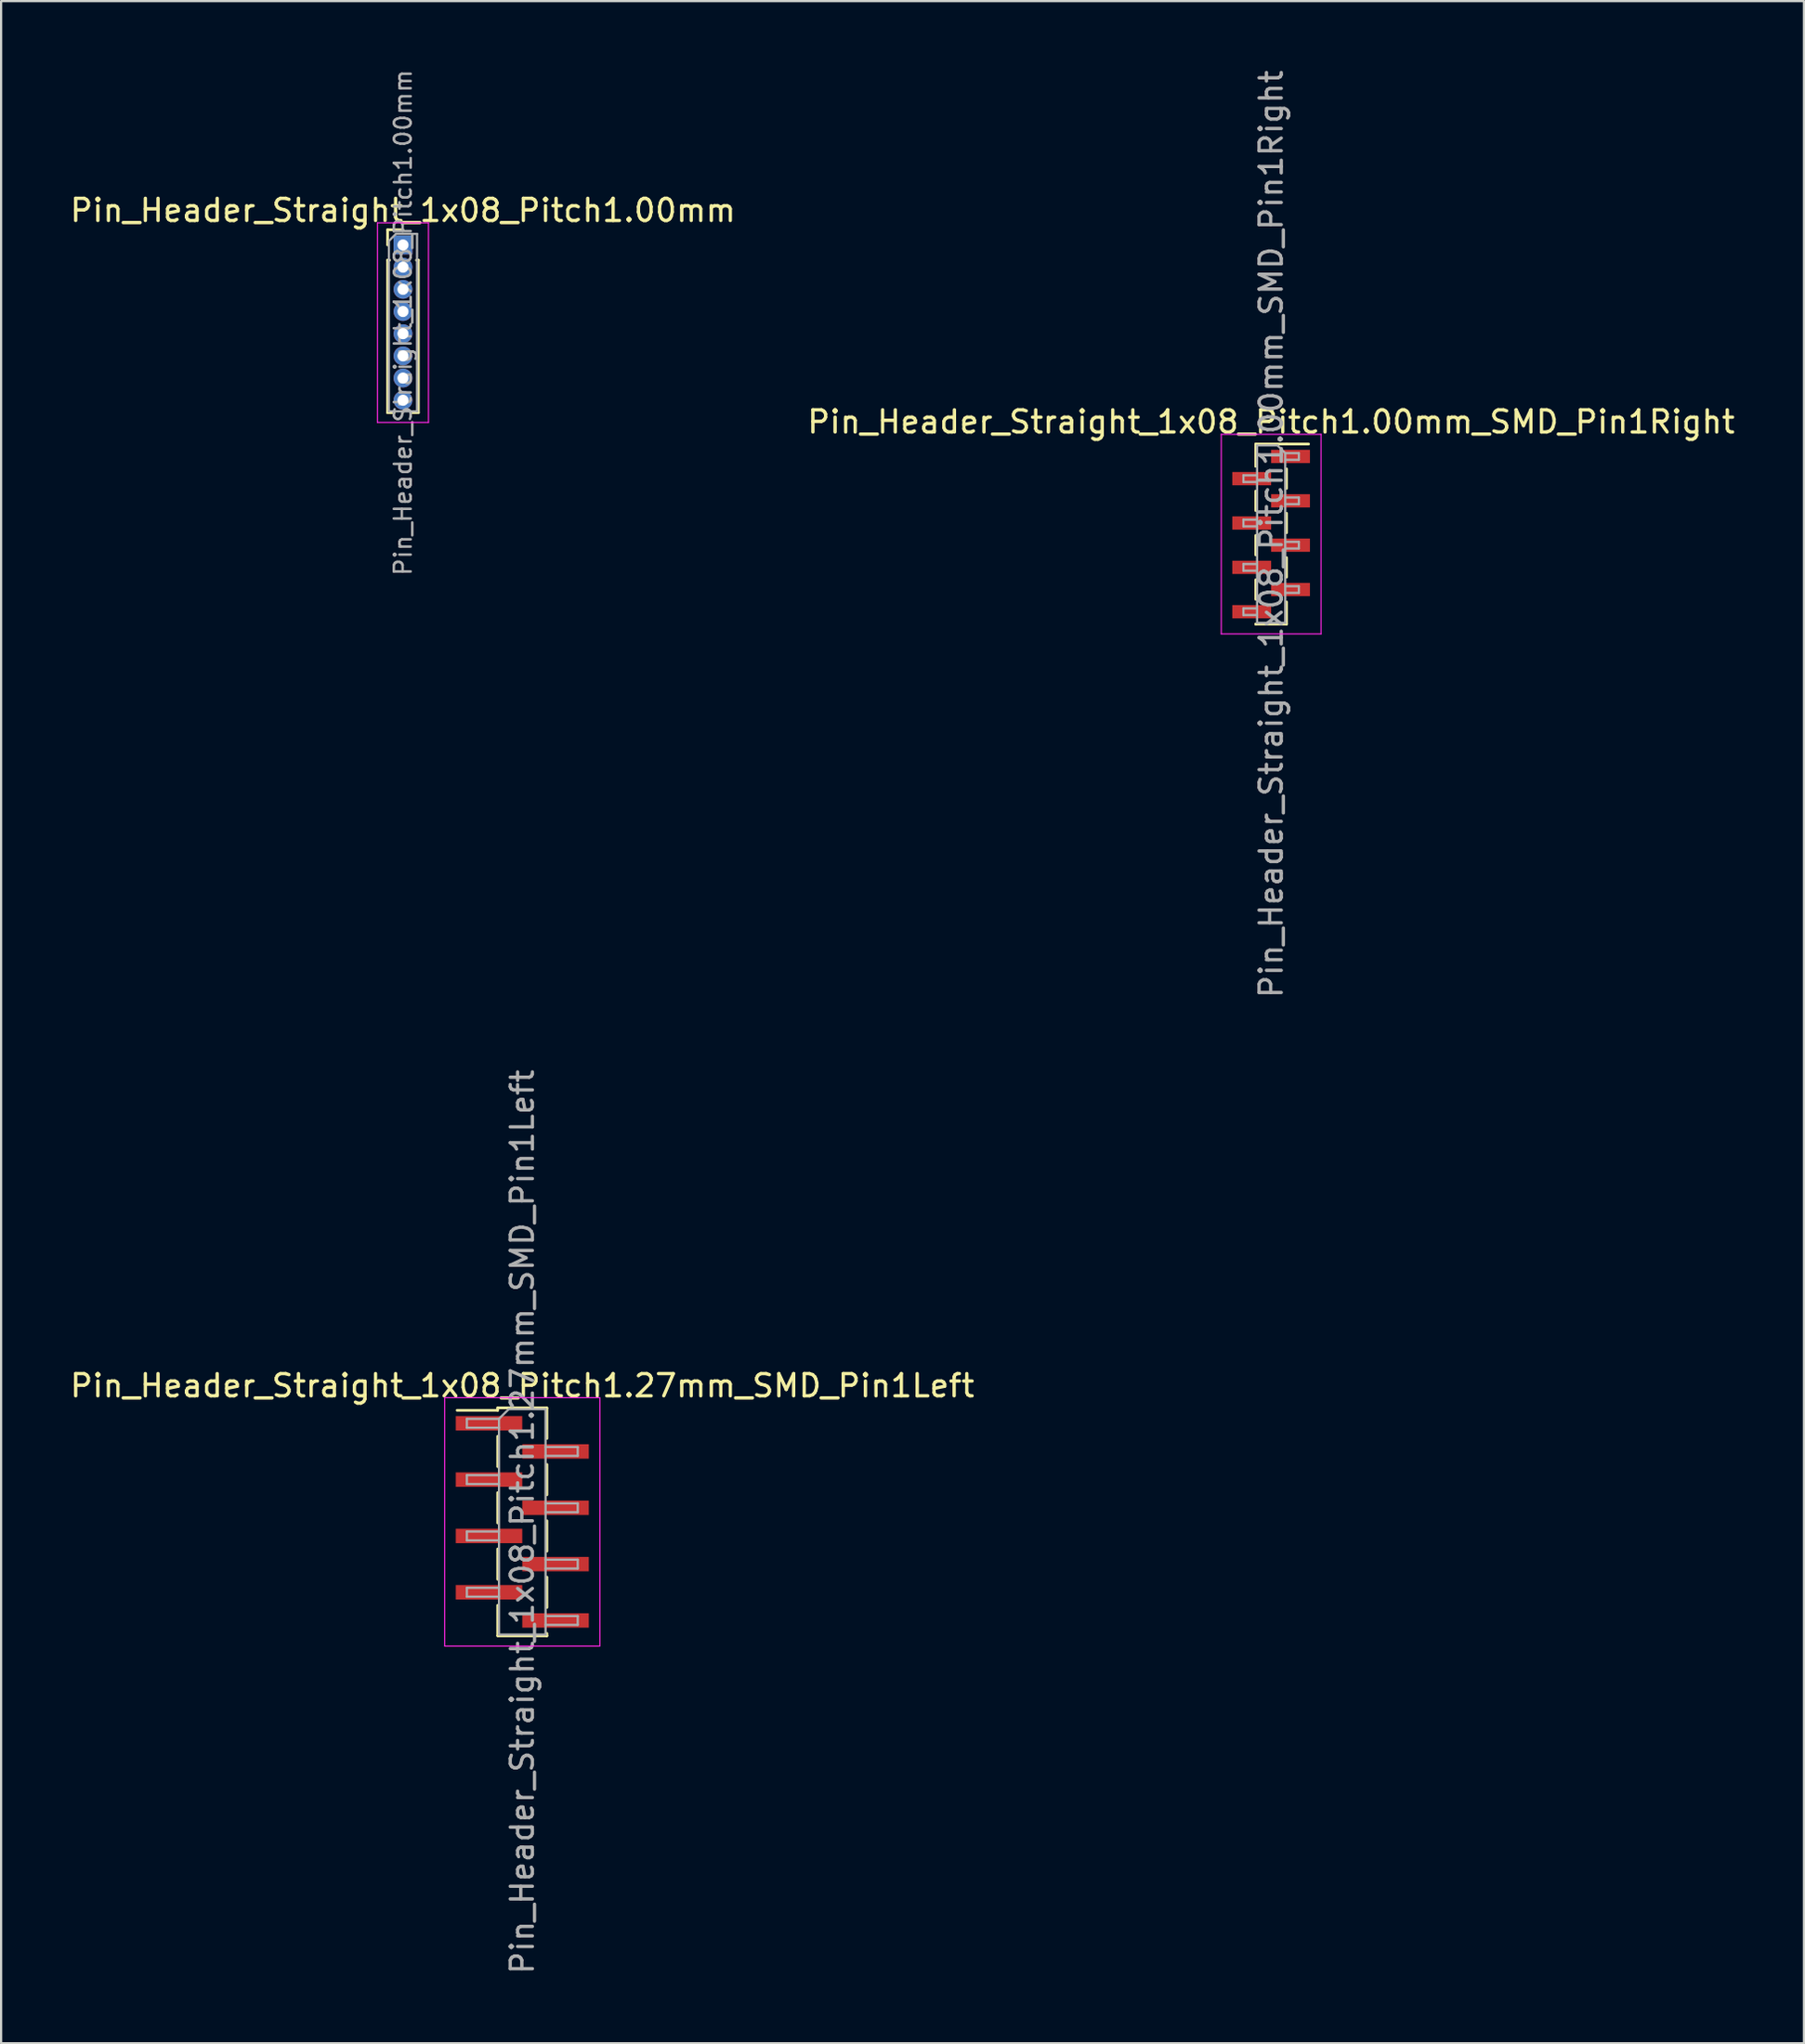
<source format=kicad_pcb>
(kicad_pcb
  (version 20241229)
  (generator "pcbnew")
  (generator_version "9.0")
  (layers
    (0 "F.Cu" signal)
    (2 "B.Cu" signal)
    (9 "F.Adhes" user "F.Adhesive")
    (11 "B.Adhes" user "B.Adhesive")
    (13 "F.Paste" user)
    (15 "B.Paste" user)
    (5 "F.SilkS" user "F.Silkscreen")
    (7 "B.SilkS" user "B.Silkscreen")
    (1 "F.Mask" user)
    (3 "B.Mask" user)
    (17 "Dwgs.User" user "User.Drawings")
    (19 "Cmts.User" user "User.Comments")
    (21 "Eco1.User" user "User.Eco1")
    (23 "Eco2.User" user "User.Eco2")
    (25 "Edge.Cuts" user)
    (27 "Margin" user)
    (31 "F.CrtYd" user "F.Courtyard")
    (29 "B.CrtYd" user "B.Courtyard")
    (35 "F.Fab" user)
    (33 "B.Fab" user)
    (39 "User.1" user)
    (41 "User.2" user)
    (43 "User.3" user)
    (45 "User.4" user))
  (footprint "Pin_Header_Straight_1x08_Pitch1.27mm_SMD_Pin1Left"
    (layer "F.Cu")
    (at 20.506 65.565)
    (property "Reference" "Pin_Header_Straight_1x08_Pitch1.27mm_SMD_Pin1Left" (at 0 -6.14 0) (layer "F.SilkS") (effects (font (size 1 1) (thickness 0.15))))
    (attr smd)
    (fp_line (start -1.11 -5.14) (end -1.11 -5.03) (stroke (width 0.12) (type solid)) (layer "F.SilkS"))
    (fp_line (start -1.11 -5.14) (end 1.11 -5.14) (stroke (width 0.12) (type solid)) (layer "F.SilkS"))
    (fp_line (start -1.11 -5.03) (end -2.94 -5.03) (stroke (width 0.12) (type solid)) (layer "F.SilkS"))
    (fp_line (start -1.11 -3.86) (end -1.11 -2.49) (stroke (width 0.12) (type solid)) (layer "F.SilkS"))
    (fp_line (start -1.11 -1.32) (end -1.11 0.05) (stroke (width 0.12) (type solid)) (layer "F.SilkS"))
    (fp_line (start -1.11 1.22) (end -1.11 2.59) (stroke (width 0.12) (type solid)) (layer "F.SilkS"))
    (fp_line (start -1.11 3.76) (end -1.11 5.13) (stroke (width 0.12) (type solid)) (layer "F.SilkS"))
    (fp_line (start -1.11 5.14) (end 1.11 5.14) (stroke (width 0.12) (type solid)) (layer "F.SilkS"))
    (fp_line (start 1.11 -5.13) (end 1.11 -3.76) (stroke (width 0.12) (type solid)) (layer "F.SilkS"))
    (fp_line (start 1.11 -2.59) (end 1.11 -1.22) (stroke (width 0.12) (type solid)) (layer "F.SilkS"))
    (fp_line (start 1.11 -0.05) (end 1.11 1.32) (stroke (width 0.12) (type solid)) (layer "F.SilkS"))
    (fp_line (start 1.11 2.49) (end 1.11 3.86) (stroke (width 0.12) (type solid)) (layer "F.SilkS"))
    (fp_line (start 1.11 5.03) (end 1.11 5.14) (stroke (width 0.12) (type solid)) (layer "F.SilkS"))
    (fp_line (start -3.5 -5.6) (end -3.5 5.6) (stroke (width 0.05) (type solid)) (layer "F.CrtYd"))
    (fp_line (start -3.5 5.6) (end 3.5 5.6) (stroke (width 0.05) (type solid)) (layer "F.CrtYd"))
    (fp_line (start 3.5 -5.6) (end -3.5 -5.6) (stroke (width 0.05) (type solid)) (layer "F.CrtYd"))
    (fp_line (start 3.5 5.6) (end 3.5 -5.6) (stroke (width 0.05) (type solid)) (layer "F.CrtYd"))
    (fp_line (start -2.5 -4.645) (end -2.5 -4.245) (stroke (width 0.1) (type solid)) (layer "F.Fab"))
    (fp_line (start -2.5 -4.245) (end -1.05 -4.245) (stroke (width 0.1) (type solid)) (layer "F.Fab"))
    (fp_line (start -2.5 -2.105) (end -2.5 -1.705) (stroke (width 0.1) (type solid)) (layer "F.Fab"))
    (fp_line (start -2.5 -1.705) (end -1.05 -1.705) (stroke (width 0.1) (type solid)) (layer "F.Fab"))
    (fp_line (start -2.5 0.435) (end -2.5 0.835) (stroke (width 0.1) (type solid)) (layer "F.Fab"))
    (fp_line (start -2.5 0.835) (end -1.05 0.835) (stroke (width 0.1) (type solid)) (layer "F.Fab"))
    (fp_line (start -2.5 2.975) (end -2.5 3.375) (stroke (width 0.1) (type solid)) (layer "F.Fab"))
    (fp_line (start -2.5 3.375) (end -1.05 3.375) (stroke (width 0.1) (type solid)) (layer "F.Fab"))
    (fp_line (start -1.05 -4.645) (end -2.5 -4.645) (stroke (width 0.1) (type solid)) (layer "F.Fab"))
    (fp_line (start -1.05 -4.645) (end -0.615 -5.08) (stroke (width 0.1) (type solid)) (layer "F.Fab"))
    (fp_line (start -1.05 -2.105) (end -2.5 -2.105) (stroke (width 0.1) (type solid)) (layer "F.Fab"))
    (fp_line (start -1.05 0.435) (end -2.5 0.435) (stroke (width 0.1) (type solid)) (layer "F.Fab"))
    (fp_line (start -1.05 2.975) (end -2.5 2.975) (stroke (width 0.1) (type solid)) (layer "F.Fab"))
    (fp_line (start -1.05 5.08) (end -1.05 -4.645) (stroke (width 0.1) (type solid)) (layer "F.Fab"))
    (fp_line (start -0.615 -5.08) (end 1.05 -5.08) (stroke (width 0.1) (type solid)) (layer "F.Fab"))
    (fp_line (start 1.05 -5.08) (end 1.05 5.08) (stroke (width 0.1) (type solid)) (layer "F.Fab"))
    (fp_line (start 1.05 -3.375) (end 2.5 -3.375) (stroke (width 0.1) (type solid)) (layer "F.Fab"))
    (fp_line (start 1.05 -0.835) (end 2.5 -0.835) (stroke (width 0.1) (type solid)) (layer "F.Fab"))
    (fp_line (start 1.05 1.705) (end 2.5 1.705) (stroke (width 0.1) (type solid)) (layer "F.Fab"))
    (fp_line (start 1.05 4.245) (end 2.5 4.245) (stroke (width 0.1) (type solid)) (layer "F.Fab"))
    (fp_line (start 1.05 5.08) (end -1.05 5.08) (stroke (width 0.1) (type solid)) (layer "F.Fab"))
    (fp_line (start 2.5 -3.375) (end 2.5 -2.975) (stroke (width 0.1) (type solid)) (layer "F.Fab"))
    (fp_line (start 2.5 -2.975) (end 1.05 -2.975) (stroke (width 0.1) (type solid)) (layer "F.Fab"))
    (fp_line (start 2.5 -0.835) (end 2.5 -0.435) (stroke (width 0.1) (type solid)) (layer "F.Fab"))
    (fp_line (start 2.5 -0.435) (end 1.05 -0.435) (stroke (width 0.1) (type solid)) (layer "F.Fab"))
    (fp_line (start 2.5 1.705) (end 2.5 2.105) (stroke (width 0.1) (type solid)) (layer "F.Fab"))
    (fp_line (start 2.5 2.105) (end 1.05 2.105) (stroke (width 0.1) (type solid)) (layer "F.Fab"))
    (fp_line (start 2.5 4.245) (end 2.5 4.645) (stroke (width 0.1) (type solid)) (layer "F.Fab"))
    (fp_line (start 2.5 4.645) (end 1.05 4.645) (stroke (width 0.1) (type solid)) (layer "F.Fab"))
    (fp_text user "${REFERENCE}" (at 0 0 90) (layer "F.Fab") (effects (font (size 1 1) (thickness 0.15))))
    (pad "1" smd rect (at -1.5 -4.445) (size 3 0.65) (layers "F.Cu" "F.Mask" "F.Paste"))
    (pad "2" smd rect (at 1.5 -3.175) (size 3 0.65) (layers "F.Cu" "F.Mask" "F.Paste"))
    (pad "3" smd rect (at -1.5 -1.905) (size 3 0.65) (layers "F.Cu" "F.Mask" "F.Paste"))
    (pad "4" smd rect (at 1.5 -0.635) (size 3 0.65) (layers "F.Cu" "F.Mask" "F.Paste"))
    (pad "5" smd rect (at -1.5 0.635) (size 3 0.65) (layers "F.Cu" "F.Mask" "F.Paste"))
    (pad "6" smd rect (at 1.5 1.905) (size 3 0.65) (layers "F.Cu" "F.Mask" "F.Paste"))
    (pad "7" smd rect (at -1.5 3.175) (size 3 0.65) (layers "F.Cu" "F.Mask" "F.Paste"))
    (pad "8" smd rect (at 1.5 4.445) (size 3 0.65) (layers "F.Cu" "F.Mask" "F.Paste")))
  (footprint "Pin_Header_Straight_1x08_Pitch1.00mm"
    (layer "F.Cu")
    (at 15.125 7.995)
    (property "Reference" "Pin_Header_Straight_1x08_Pitch1.00mm" (at 0 -1.56 0) (layer "F.SilkS") (effects (font (size 1 1) (thickness 0.15))))
    (attr through_hole)
    (fp_line (start -0.695 -0.685) (end 0 -0.685) (stroke (width 0.12) (type solid)) (layer "F.SilkS"))
    (fp_line (start -0.695 0) (end -0.695 -0.685) (stroke (width 0.12) (type solid)) (layer "F.SilkS"))
    (fp_line (start -0.695 0.685) (end -0.695 7.56) (stroke (width 0.12) (type solid)) (layer "F.SilkS"))
    (fp_line (start -0.695 0.685) (end -0.608 0.685) (stroke (width 0.12) (type solid)) (layer "F.SilkS"))
    (fp_line (start -0.695 7.56) (end -0.394 7.56) (stroke (width 0.12) (type solid)) (layer "F.SilkS"))
    (fp_line (start 0.394 7.56) (end 0.695 7.56) (stroke (width 0.12) (type solid)) (layer "F.SilkS"))
    (fp_line (start 0.608 0.685) (end 0.695 0.685) (stroke (width 0.12) (type solid)) (layer "F.SilkS"))
    (fp_line (start 0.695 0.685) (end 0.695 7.56) (stroke (width 0.12) (type solid)) (layer "F.SilkS"))
    (fp_line (start -1.15 -1) (end -1.15 8) (stroke (width 0.05) (type solid)) (layer "F.CrtYd"))
    (fp_line (start -1.15 8) (end 1.15 8) (stroke (width 0.05) (type solid)) (layer "F.CrtYd"))
    (fp_line (start 1.15 -1) (end -1.15 -1) (stroke (width 0.05) (type solid)) (layer "F.CrtYd"))
    (fp_line (start 1.15 8) (end 1.15 -1) (stroke (width 0.05) (type solid)) (layer "F.CrtYd"))
    (fp_line (start -0.635 -0.182) (end -0.318 -0.5) (stroke (width 0.1) (type solid)) (layer "F.Fab"))
    (fp_line (start -0.635 7.5) (end -0.635 -0.182) (stroke (width 0.1) (type solid)) (layer "F.Fab"))
    (fp_line (start -0.318 -0.5) (end 0.635 -0.5) (stroke (width 0.1) (type solid)) (layer "F.Fab"))
    (fp_line (start 0.635 -0.5) (end 0.635 7.5) (stroke (width 0.1) (type solid)) (layer "F.Fab"))
    (fp_line (start 0.635 7.5) (end -0.635 7.5) (stroke (width 0.1) (type solid)) (layer "F.Fab"))
    (fp_text user "${REFERENCE}" (at 0 3.5 90) (layer "F.Fab") (effects (font (size 0.76 0.76) (thickness 0.114))))
    (pad "1" thru_hole rect (at 0 0) (size 0.85 0.85) (drill 0.5) (layers "*.Cu" "*.Mask"))
    (pad "2" thru_hole oval (at 0 1) (size 0.85 0.85) (drill 0.5) (layers "*.Cu" "*.Mask"))
    (pad "3" thru_hole oval (at 0 2) (size 0.85 0.85) (drill 0.5) (layers "*.Cu" "*.Mask"))
    (pad "4" thru_hole oval (at 0 3) (size 0.85 0.85) (drill 0.5) (layers "*.Cu" "*.Mask"))
    (pad "5" thru_hole oval (at 0 4) (size 0.85 0.85) (drill 0.5) (layers "*.Cu" "*.Mask"))
    (pad "6" thru_hole oval (at 0 5) (size 0.85 0.85) (drill 0.5) (layers "*.Cu" "*.Mask"))
    (pad "7" thru_hole oval (at 0 6) (size 0.85 0.85) (drill 0.5) (layers "*.Cu" "*.Mask"))
    (pad "8" thru_hole oval (at 0 7) (size 0.85 0.85) (drill 0.5) (layers "*.Cu" "*.Mask")))
  (footprint "Pin_Header_Straight_1x08_Pitch1.00mm_SMD_Pin1Right"
    (layer "F.Cu")
    (at 54.28 21.03)
    (property "Reference" "Pin_Header_Straight_1x08_Pitch1.00mm_SMD_Pin1Right" (at 0 -5.06 0) (layer "F.SilkS") (effects (font (size 1 1) (thickness 0.15))))
    (attr smd)
    (fp_line (start -0.695 -4.06) (end -0.695 -3.06) (stroke (width 0.12) (type solid)) (layer "F.SilkS"))
    (fp_line (start -0.695 -4.06) (end 0.695 -4.06) (stroke (width 0.12) (type solid)) (layer "F.SilkS"))
    (fp_line (start -0.695 -3.94) (end -0.695 -3.06) (stroke (width 0.12) (type solid)) (layer "F.SilkS"))
    (fp_line (start -0.695 -1.94) (end -0.695 -1.06) (stroke (width 0.12) (type solid)) (layer "F.SilkS"))
    (fp_line (start -0.695 0.06) (end -0.695 0.94) (stroke (width 0.12) (type solid)) (layer "F.SilkS"))
    (fp_line (start -0.695 2.06) (end -0.695 2.94) (stroke (width 0.12) (type solid)) (layer "F.SilkS"))
    (fp_line (start -0.695 4.06) (end -0.695 4.06) (stroke (width 0.12) (type solid)) (layer "F.SilkS"))
    (fp_line (start -0.695 4.06) (end 0.695 4.06) (stroke (width 0.12) (type solid)) (layer "F.SilkS"))
    (fp_line (start 0.695 -4.06) (end 0.695 -4.06) (stroke (width 0.12) (type solid)) (layer "F.SilkS"))
    (fp_line (start 0.695 -4.06) (end 1.69 -4.06) (stroke (width 0.12) (type solid)) (layer "F.SilkS"))
    (fp_line (start 0.695 -2.94) (end 0.695 -2.06) (stroke (width 0.12) (type solid)) (layer "F.SilkS"))
    (fp_line (start 0.695 -0.94) (end 0.695 -0.06) (stroke (width 0.12) (type solid)) (layer "F.SilkS"))
    (fp_line (start 0.695 1.06) (end 0.695 1.94) (stroke (width 0.12) (type solid)) (layer "F.SilkS"))
    (fp_line (start 0.695 3.06) (end 0.695 4.06) (stroke (width 0.12) (type solid)) (layer "F.SilkS"))
    (fp_line (start -2.25 -4.5) (end -2.25 4.5) (stroke (width 0.05) (type solid)) (layer "F.CrtYd"))
    (fp_line (start -2.25 4.5) (end 2.25 4.5) (stroke (width 0.05) (type solid)) (layer "F.CrtYd"))
    (fp_line (start 2.25 -4.5) (end -2.25 -4.5) (stroke (width 0.05) (type solid)) (layer "F.CrtYd"))
    (fp_line (start 2.25 4.5) (end 2.25 -4.5) (stroke (width 0.05) (type solid)) (layer "F.CrtYd"))
    (fp_line (start -1.25 -2.65) (end -1.25 -2.35) (stroke (width 0.1) (type solid)) (layer "F.Fab"))
    (fp_line (start -1.25 -2.35) (end -0.635 -2.35) (stroke (width 0.1) (type solid)) (layer "F.Fab"))
    (fp_line (start -1.25 -0.65) (end -1.25 -0.35) (stroke (width 0.1) (type solid)) (layer "F.Fab"))
    (fp_line (start -1.25 -0.35) (end -0.635 -0.35) (stroke (width 0.1) (type solid)) (layer "F.Fab"))
    (fp_line (start -1.25 1.35) (end -1.25 1.65) (stroke (width 0.1) (type solid)) (layer "F.Fab"))
    (fp_line (start -1.25 1.65) (end -0.635 1.65) (stroke (width 0.1) (type solid)) (layer "F.Fab"))
    (fp_line (start -1.25 3.35) (end -1.25 3.65) (stroke (width 0.1) (type solid)) (layer "F.Fab"))
    (fp_line (start -1.25 3.65) (end -0.635 3.65) (stroke (width 0.1) (type solid)) (layer "F.Fab"))
    (fp_line (start -0.635 -4) (end -0.635 4) (stroke (width 0.1) (type solid)) (layer "F.Fab"))
    (fp_line (start -0.635 -4) (end 0.285 -4) (stroke (width 0.1) (type solid)) (layer "F.Fab"))
    (fp_line (start -0.635 -2.65) (end -1.25 -2.65) (stroke (width 0.1) (type solid)) (layer "F.Fab"))
    (fp_line (start -0.635 -0.65) (end -1.25 -0.65) (stroke (width 0.1) (type solid)) (layer "F.Fab"))
    (fp_line (start -0.635 1.35) (end -1.25 1.35) (stroke (width 0.1) (type solid)) (layer "F.Fab"))
    (fp_line (start -0.635 3.35) (end -1.25 3.35) (stroke (width 0.1) (type solid)) (layer "F.Fab"))
    (fp_line (start 0.635 -3.65) (end 0.285 -4) (stroke (width 0.1) (type solid)) (layer "F.Fab"))
    (fp_line (start 0.635 -3.65) (end 1.25 -3.65) (stroke (width 0.1) (type solid)) (layer "F.Fab"))
    (fp_line (start 0.635 -1.65) (end 1.25 -1.65) (stroke (width 0.1) (type solid)) (layer "F.Fab"))
    (fp_line (start 0.635 0.35) (end 1.25 0.35) (stroke (width 0.1) (type solid)) (layer "F.Fab"))
    (fp_line (start 0.635 2.35) (end 1.25 2.35) (stroke (width 0.1) (type solid)) (layer "F.Fab"))
    (fp_line (start 0.635 4) (end -0.635 4) (stroke (width 0.1) (type solid)) (layer "F.Fab"))
    (fp_line (start 0.635 4) (end 0.635 -3.65) (stroke (width 0.1) (type solid)) (layer "F.Fab"))
    (fp_line (start 1.25 -3.65) (end 1.25 -3.35) (stroke (width 0.1) (type solid)) (layer "F.Fab"))
    (fp_line (start 1.25 -3.35) (end 0.635 -3.35) (stroke (width 0.1) (type solid)) (layer "F.Fab"))
    (fp_line (start 1.25 -1.65) (end 1.25 -1.35) (stroke (width 0.1) (type solid)) (layer "F.Fab"))
    (fp_line (start 1.25 -1.35) (end 0.635 -1.35) (stroke (width 0.1) (type solid)) (layer "F.Fab"))
    (fp_line (start 1.25 0.35) (end 1.25 0.65) (stroke (width 0.1) (type solid)) (layer "F.Fab"))
    (fp_line (start 1.25 0.65) (end 0.635 0.65) (stroke (width 0.1) (type solid)) (layer "F.Fab"))
    (fp_line (start 1.25 2.35) (end 1.25 2.65) (stroke (width 0.1) (type solid)) (layer "F.Fab"))
    (fp_line (start 1.25 2.65) (end 0.635 2.65) (stroke (width 0.1) (type solid)) (layer "F.Fab"))
    (fp_text user "${REFERENCE}" (at 0 0 90) (layer "F.Fab") (effects (font (size 1 1) (thickness 0.15))))
    (pad "1" smd rect (at 0.875 -3.5) (size 1.75 0.6) (layers "F.Cu" "F.Mask" "F.Paste"))
    (pad "2" smd rect (at -0.875 -2.5) (size 1.75 0.6) (layers "F.Cu" "F.Mask" "F.Paste"))
    (pad "3" smd rect (at 0.875 -1.5) (size 1.75 0.6) (layers "F.Cu" "F.Mask" "F.Paste"))
    (pad "4" smd rect (at -0.875 -0.5) (size 1.75 0.6) (layers "F.Cu" "F.Mask" "F.Paste"))
    (pad "5" smd rect (at 0.875 0.5) (size 1.75 0.6) (layers "F.Cu" "F.Mask" "F.Paste"))
    (pad "6" smd rect (at -0.875 1.5) (size 1.75 0.6) (layers "F.Cu" "F.Mask" "F.Paste"))
    (pad "7" smd rect (at 0.875 2.5) (size 1.75 0.6) (layers "F.Cu" "F.Mask" "F.Paste"))
    (pad "8" smd rect (at -0.875 3.5) (size 1.75 0.6) (layers "F.Cu" "F.Mask" "F.Paste")))
  (gr_rect
    (start -3 -3)
    (end 78.31 89.071)
    (stroke (width 0.1) (type default))
    (fill no)
    (layer "Edge.Cuts")))
</source>
